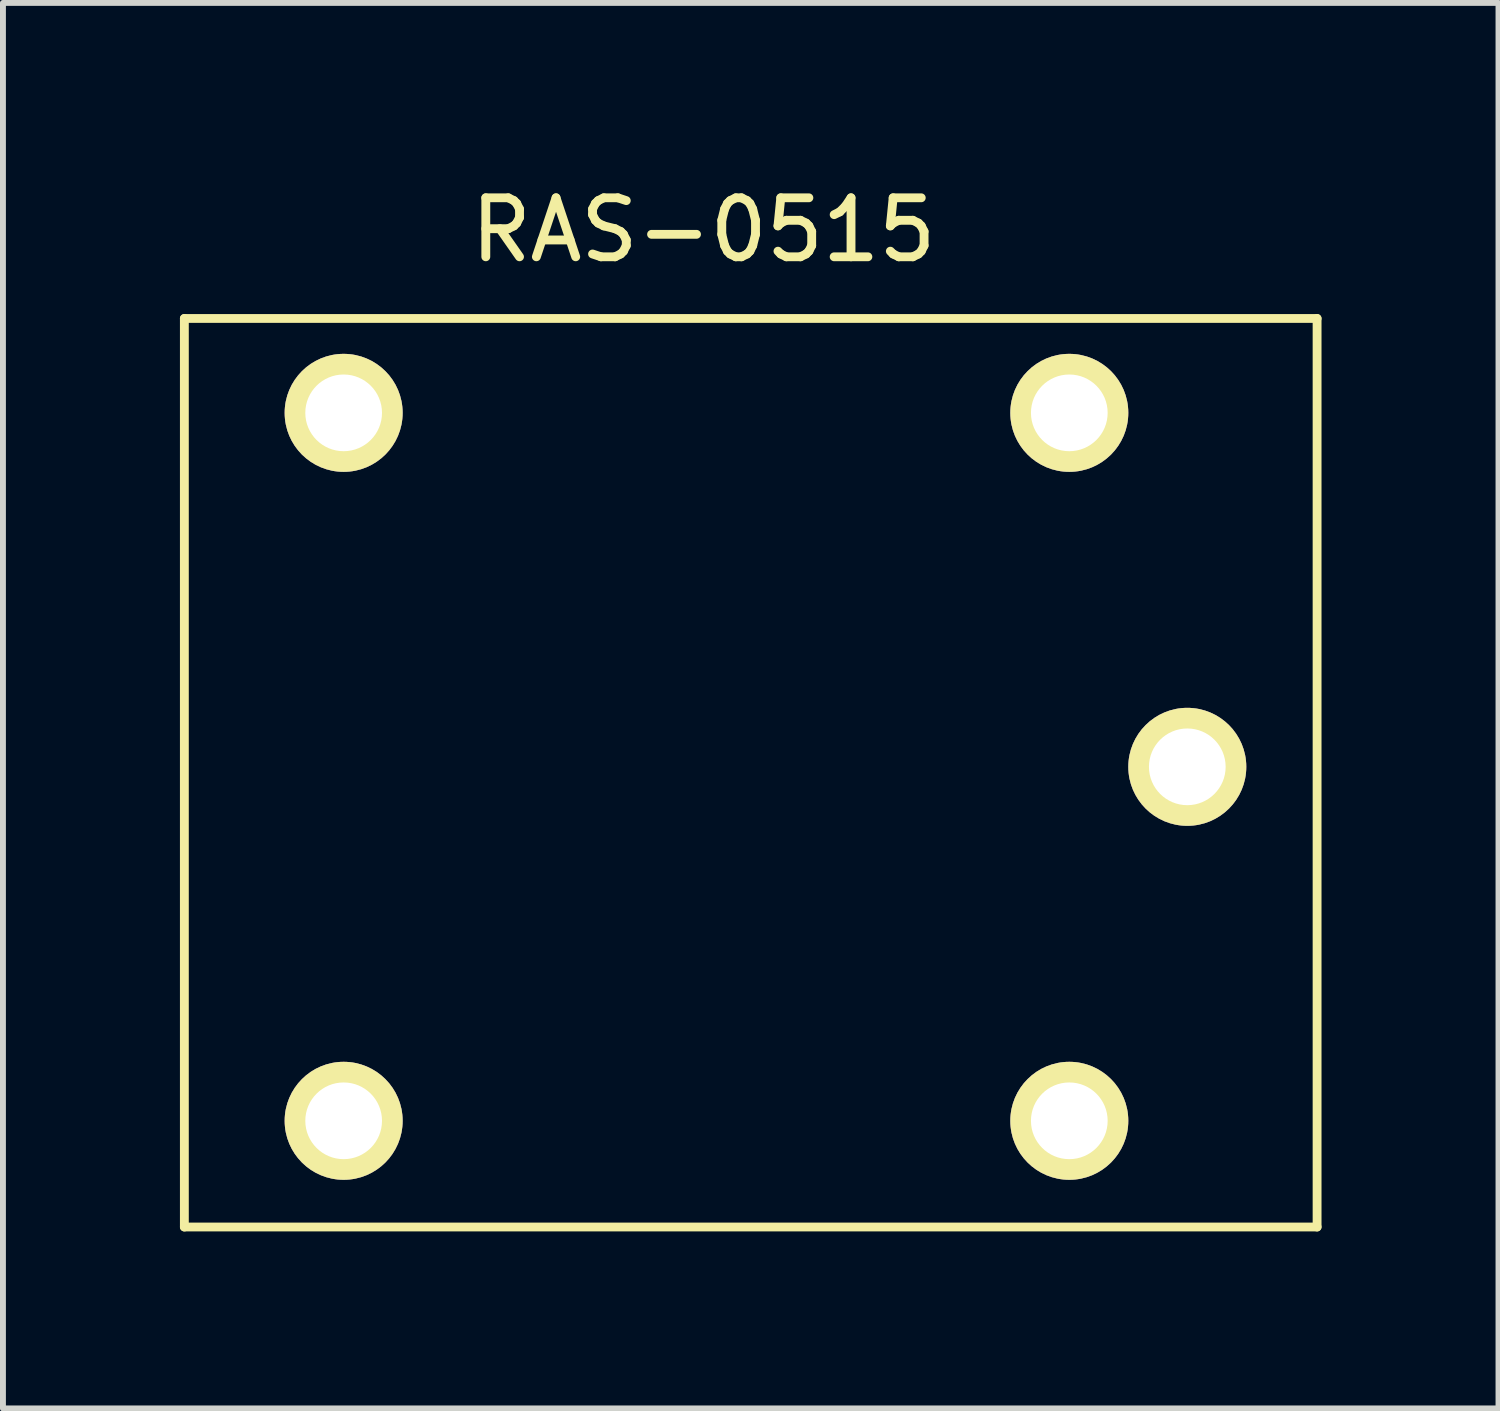
<source format=kicad_pcb>
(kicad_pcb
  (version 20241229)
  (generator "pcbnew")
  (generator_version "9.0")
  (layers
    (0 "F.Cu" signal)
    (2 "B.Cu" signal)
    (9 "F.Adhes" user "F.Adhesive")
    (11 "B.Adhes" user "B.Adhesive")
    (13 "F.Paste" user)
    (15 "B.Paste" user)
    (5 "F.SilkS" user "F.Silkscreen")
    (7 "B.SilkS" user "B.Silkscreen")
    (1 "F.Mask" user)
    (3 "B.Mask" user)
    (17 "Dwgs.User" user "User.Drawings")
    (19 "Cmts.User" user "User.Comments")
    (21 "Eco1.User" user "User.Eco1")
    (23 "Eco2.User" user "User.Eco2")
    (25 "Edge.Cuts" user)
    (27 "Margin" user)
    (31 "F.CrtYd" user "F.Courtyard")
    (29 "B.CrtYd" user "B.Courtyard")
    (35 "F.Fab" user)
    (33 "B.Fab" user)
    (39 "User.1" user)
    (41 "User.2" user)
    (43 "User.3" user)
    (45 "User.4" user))
  (footprint "RAS-0515"
    (layer "F.Cu")
    (at 8.875 9.948)
    (property "Reference" "RAS-0515" (at 0 -9.1 0) (layer "F.SilkS") (effects (font (size 1 1) (thickness 0.15))))
    (attr through_hole)
    (fp_line (start -8.8 -7.6) (end -8.8 7.8) (stroke (width 0.15) (type solid)) (layer "F.SilkS"))
    (fp_line (start -8.8 -7.6) (end 10.4 -7.6) (stroke (width 0.15) (type solid)) (layer "F.SilkS"))
    (fp_line (start -8.8 7.8) (end 10.4 7.8) (stroke (width 0.15) (type solid)) (layer "F.SilkS"))
    (fp_line (start 10.4 -7.6) (end 10.4 7.8) (stroke (width 0.15) (type solid)) (layer "F.SilkS"))
    (pad "1" thru_hole circle (at 8.2 0) (size 2 2) (drill 1.3) (layers "*.Cu" "*.Mask" "F.SilkS"))
    (pad "2" thru_hole circle (at 6.2 -6) (size 2 2) (drill 1.3) (layers "*.Cu" "*.Mask" "F.SilkS"))
    (pad "3" thru_hole circle (at -6.1 6) (size 2 2) (drill 1.3) (layers "*.Cu" "*.Mask" "F.SilkS"))
    (pad "4" thru_hole circle (at -6.1 -6) (size 2 2) (drill 1.3) (layers "*.Cu" "*.Mask" "F.SilkS"))
    (pad "5" thru_hole circle (at 6.2 6) (size 2 2) (drill 1.3) (layers "*.Cu" "*.Mask" "F.SilkS")))
  (gr_rect
    (start -3 -3)
    (end 22.35 20.823)
    (stroke (width 0.1) (type default))
    (fill no)
    (layer "Edge.Cuts")))
</source>
